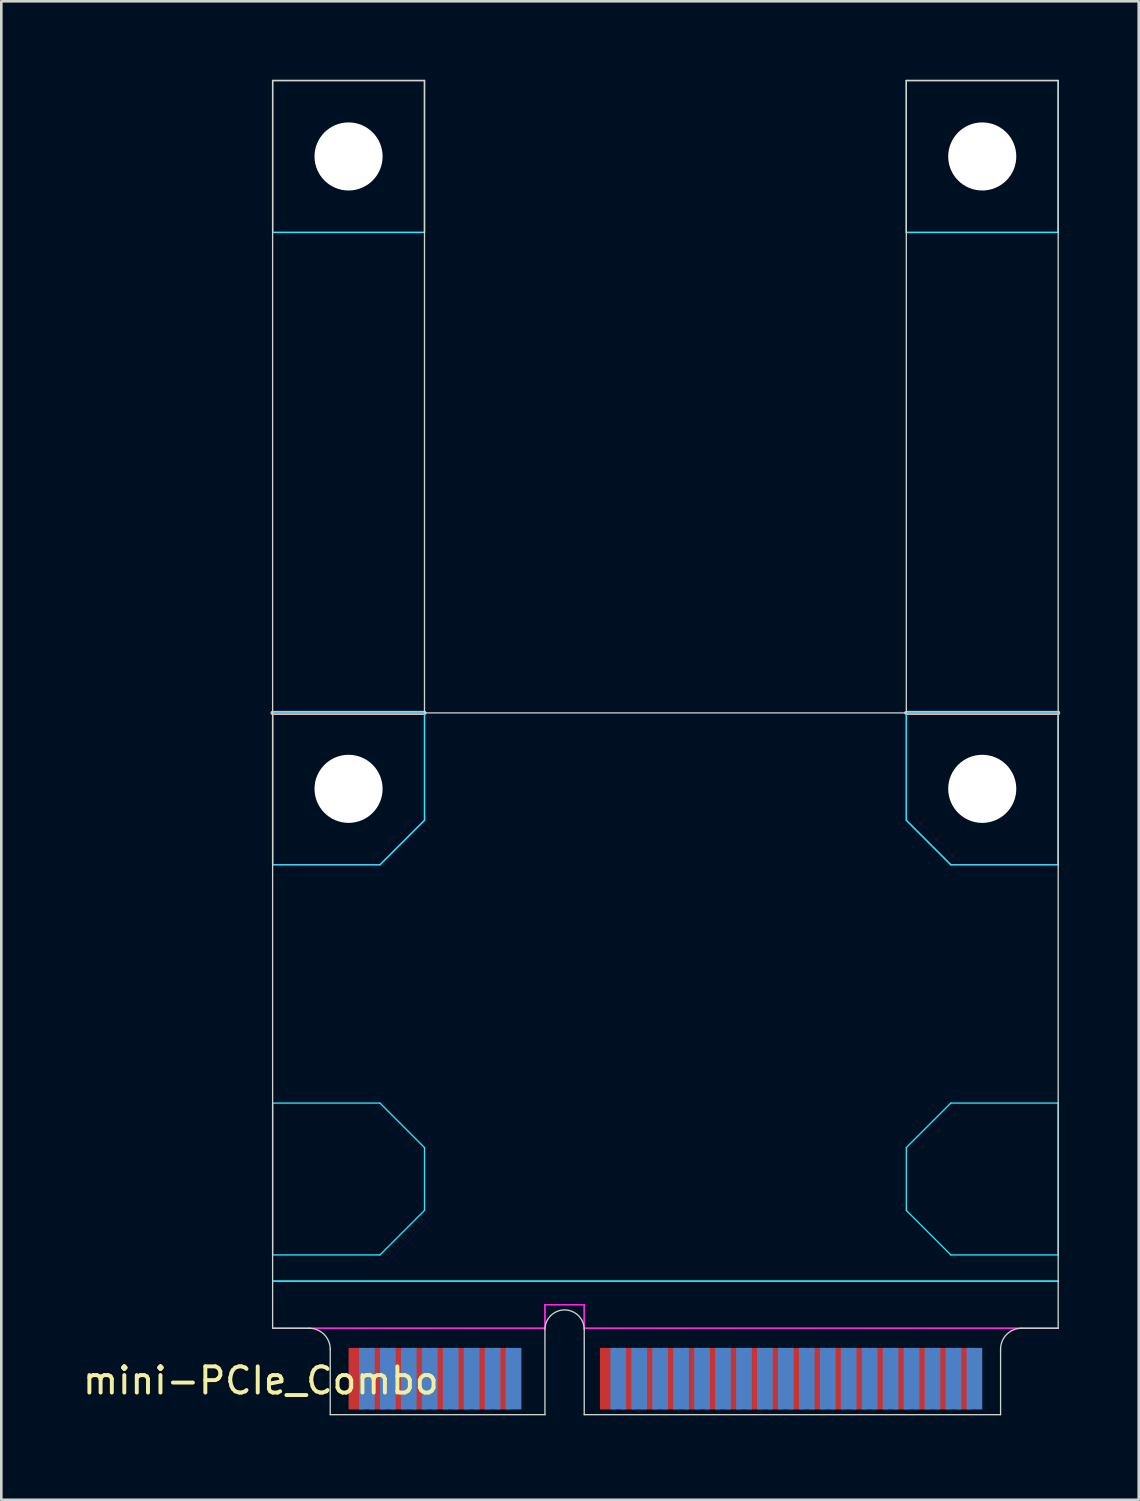
<source format=kicad_pcb>
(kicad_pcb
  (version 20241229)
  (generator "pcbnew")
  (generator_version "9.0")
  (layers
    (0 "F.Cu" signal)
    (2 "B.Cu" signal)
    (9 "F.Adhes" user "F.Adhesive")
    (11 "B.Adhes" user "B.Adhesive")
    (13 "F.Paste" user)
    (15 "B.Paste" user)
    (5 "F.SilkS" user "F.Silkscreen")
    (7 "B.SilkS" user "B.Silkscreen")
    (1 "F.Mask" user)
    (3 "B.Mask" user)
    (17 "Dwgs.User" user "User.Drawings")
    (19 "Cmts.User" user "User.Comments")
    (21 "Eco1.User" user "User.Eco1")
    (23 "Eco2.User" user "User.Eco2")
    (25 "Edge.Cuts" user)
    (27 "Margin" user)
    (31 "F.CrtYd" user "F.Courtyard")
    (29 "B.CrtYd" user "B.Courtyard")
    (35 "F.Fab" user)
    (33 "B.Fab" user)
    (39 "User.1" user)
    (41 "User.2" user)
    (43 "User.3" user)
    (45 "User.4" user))
  (footprint "mini-PCIe_Combo"
    (layer "F.Cu")
    (at 18.511 50.975)
    (property "Reference" "mini-PCIe_Combo" (at -11.6 -1.3 0) (layer "F.SilkS") (effects (font (size 1 1) (thickness 0.15))))
    (attr through_hole)
    (fp_line (start -11.15 -26.8) (end -5.35 -26.8) (stroke (width 0.15) (type solid)) (layer "F.SilkS"))
    (fp_line (start 13.05 -26.8) (end 18.85 -26.8) (stroke (width 0.15) (type solid)) (layer "F.SilkS"))
    (fp_line (start -5.35 -26.8) (end -11.15 -26.8) (stroke (width 0.15) (type solid)) (layer "B.SilkS"))
    (fp_line (start 13.05 -26.8) (end 18.85 -26.8) (stroke (width 0.15) (type solid)) (layer "B.SilkS"))
    (fp_line (start -11.15 -50.95) (end -5.35 -50.95) (stroke (width 0.05) (type solid)) (layer "Edge.Cuts"))
    (fp_line (start -11.15 -3.3) (end -11.15 -50.95) (stroke (width 0.05) (type solid)) (layer "Edge.Cuts"))
    (fp_line (start -11.15 -3.3) (end -9.75 -3.3) (stroke (width 0.05) (type solid)) (layer "Edge.Cuts"))
    (fp_line (start -8.95 0) (end -8.95 -2.5) (stroke (width 0.05) (type solid)) (layer "Edge.Cuts"))
    (fp_line (start -5.35 -26.8) (end -5.35 -50.95) (stroke (width 0.05) (type solid)) (layer "Edge.Cuts"))
    (fp_line (start -5.35 -26.8) (end 13.05 -26.8) (stroke (width 0.05) (type solid)) (layer "Edge.Cuts"))
    (fp_line (start -0.75 0) (end -8.95 0) (stroke (width 0.05) (type solid)) (layer "Edge.Cuts"))
    (fp_line (start -0.75 0) (end -0.75 -3.25) (stroke (width 0.05) (type solid)) (layer "Edge.Cuts"))
    (fp_line (start 0.75 0) (end 0.75 -3.25) (stroke (width 0.05) (type solid)) (layer "Edge.Cuts"))
    (fp_line (start 0.75 0) (end 16.65 0) (stroke (width 0.05) (type solid)) (layer "Edge.Cuts"))
    (fp_line (start 13.05 -50.95) (end 18.85 -50.95) (stroke (width 0.05) (type solid)) (layer "Edge.Cuts"))
    (fp_line (start 13.05 -26.8) (end 13.05 -50.95) (stroke (width 0.05) (type solid)) (layer "Edge.Cuts"))
    (fp_line (start 16.65 0) (end 16.65 -2.5) (stroke (width 0.05) (type solid)) (layer "Edge.Cuts"))
    (fp_line (start 17.45 -3.3) (end 18.85 -3.3) (stroke (width 0.05) (type solid)) (layer "Edge.Cuts"))
    (fp_line (start 18.85 -3.3) (end 18.85 -50.95) (stroke (width 0.05) (type solid)) (layer "Edge.Cuts"))
    (fp_arc (start -9.75 -3.3) (mid -9.184315 -3.065685) (end -8.95 -2.5) (stroke (width 0.05) (type solid)) (layer "Edge.Cuts"))
    (fp_arc (start -0.75 -3.25) (mid 0 -4) (end 0.75 -3.25) (stroke (width 0.05) (type solid)) (layer "Edge.Cuts"))
    (fp_arc (start 16.65 -2.5) (mid 16.884315 -3.065685) (end 17.45 -3.3) (stroke (width 0.05) (type solid)) (layer "Edge.Cuts"))
    (fp_line (start -11.15 -50.95) (end -5.35 -50.95) (stroke (width 0.05) (type solid)) (layer "B.CrtYd"))
    (fp_line (start -11.15 -45.15) (end -11.15 -50.95) (stroke (width 0.05) (type solid)) (layer "B.CrtYd"))
    (fp_line (start -11.15 -45.15) (end -5.35 -45.15) (stroke (width 0.05) (type solid)) (layer "B.CrtYd"))
    (fp_line (start -11.15 -21) (end -11.15 -26.8) (stroke (width 0.05) (type solid)) (layer "B.CrtYd"))
    (fp_line (start -11.15 -21) (end -7.05 -21) (stroke (width 0.05) (type solid)) (layer "B.CrtYd"))
    (fp_line (start -11.15 -11.9) (end -7.05 -11.9) (stroke (width 0.05) (type solid)) (layer "B.CrtYd"))
    (fp_line (start -11.15 -6.1) (end -11.15 -11.9) (stroke (width 0.05) (type solid)) (layer "B.CrtYd"))
    (fp_line (start -11.15 -6.1) (end -7.05 -6.1) (stroke (width 0.05) (type solid)) (layer "B.CrtYd"))
    (fp_line (start -11.15 -5.1) (end 18.85 -5.1) (stroke (width 0.05) (type solid)) (layer "B.CrtYd"))
    (fp_line (start -11.15 -5.1) (end 18.85 -5.1) (stroke (width 0.05) (type solid)) (layer "B.CrtYd"))
    (fp_line (start -7.05 -11.9) (end -5.35 -10.2) (stroke (width 0.05) (type solid)) (layer "B.CrtYd"))
    (fp_line (start -7.05 -6.1) (end -5.35 -7.8) (stroke (width 0.05) (type solid)) (layer "B.CrtYd"))
    (fp_line (start -5.35 -45.15) (end -5.35 -50.95) (stroke (width 0.05) (type solid)) (layer "B.CrtYd"))
    (fp_line (start -5.35 -26.8) (end -11.15 -26.8) (stroke (width 0.05) (type solid)) (layer "B.CrtYd"))
    (fp_line (start -5.35 -22.7) (end -7.05 -21) (stroke (width 0.05) (type solid)) (layer "B.CrtYd"))
    (fp_line (start -5.35 -22.7) (end -5.35 -26.8) (stroke (width 0.05) (type solid)) (layer "B.CrtYd"))
    (fp_line (start -5.35 -10.2) (end -5.35 -7.8) (stroke (width 0.05) (type solid)) (layer "B.CrtYd"))
    (fp_line (start 13.05 -50.95) (end 18.85 -50.95) (stroke (width 0.05) (type solid)) (layer "B.CrtYd"))
    (fp_line (start 13.05 -45.15) (end 13.05 -50.95) (stroke (width 0.05) (type solid)) (layer "B.CrtYd"))
    (fp_line (start 13.05 -45.15) (end 18.85 -45.15) (stroke (width 0.05) (type solid)) (layer "B.CrtYd"))
    (fp_line (start 13.05 -26.8) (end 18.85 -26.8) (stroke (width 0.05) (type solid)) (layer "B.CrtYd"))
    (fp_line (start 13.05 -22.7) (end 13.05 -26.8) (stroke (width 0.05) (type solid)) (layer "B.CrtYd"))
    (fp_line (start 13.05 -22.7) (end 14.75 -21) (stroke (width 0.05) (type solid)) (layer "B.CrtYd"))
    (fp_line (start 13.05 -10.2) (end 13.05 -7.8) (stroke (width 0.05) (type solid)) (layer "B.CrtYd"))
    (fp_line (start 13.05 -10.2) (end 14.75 -11.9) (stroke (width 0.05) (type solid)) (layer "B.CrtYd"))
    (fp_line (start 13.05 -7.8) (end 14.75 -6.1) (stroke (width 0.05) (type solid)) (layer "B.CrtYd"))
    (fp_line (start 14.75 -21) (end 18.85 -21) (stroke (width 0.05) (type solid)) (layer "B.CrtYd"))
    (fp_line (start 18.85 -45.15) (end 18.85 -50.95) (stroke (width 0.05) (type solid)) (layer "B.CrtYd"))
    (fp_line (start 18.85 -21) (end 18.85 -26.8) (stroke (width 0.05) (type solid)) (layer "B.CrtYd"))
    (fp_line (start 18.85 -11.9) (end 14.75 -11.9) (stroke (width 0.05) (type solid)) (layer "B.CrtYd"))
    (fp_line (start 18.85 -6.1) (end 14.75 -6.1) (stroke (width 0.05) (type solid)) (layer "B.CrtYd"))
    (fp_line (start 18.85 -6.1) (end 18.85 -11.9) (stroke (width 0.05) (type solid)) (layer "B.CrtYd"))
    (fp_line (start -11.15 -50.95) (end -5.35 -50.95) (stroke (width 0.05) (type solid)) (layer "F.CrtYd"))
    (fp_line (start -11.15 -45.15) (end -11.15 -50.95) (stroke (width 0.05) (type solid)) (layer "F.CrtYd"))
    (fp_line (start -11.15 -45.15) (end -5.35 -45.15) (stroke (width 0.05) (type solid)) (layer "F.CrtYd"))
    (fp_line (start -11.15 -21) (end -11.15 -26.8) (stroke (width 0.05) (type solid)) (layer "F.CrtYd"))
    (fp_line (start -11.15 -21) (end -7.05 -21) (stroke (width 0.05) (type solid)) (layer "F.CrtYd"))
    (fp_line (start -11.15 -3.3) (end -0.75 -3.3) (stroke (width 0.05) (type solid)) (layer "F.CrtYd"))
    (fp_line (start -11.15 -3.3) (end -0.75 -3.3) (stroke (width 0.05) (type solid)) (layer "F.CrtYd"))
    (fp_line (start -5.35 -45.15) (end -5.35 -50.95) (stroke (width 0.05) (type solid)) (layer "F.CrtYd"))
    (fp_line (start -5.35 -26.8) (end -11.15 -26.8) (stroke (width 0.05) (type solid)) (layer "F.CrtYd"))
    (fp_line (start -5.35 -22.7) (end -7.05 -21) (stroke (width 0.05) (type solid)) (layer "F.CrtYd"))
    (fp_line (start -5.35 -22.7) (end -5.35 -26.8) (stroke (width 0.05) (type solid)) (layer "F.CrtYd"))
    (fp_line (start -0.75 -4.2) (end 0.75 -4.2) (stroke (width 0.05) (type solid)) (layer "F.CrtYd"))
    (fp_line (start -0.75 -4.2) (end 0.75 -4.2) (stroke (width 0.05) (type solid)) (layer "F.CrtYd"))
    (fp_line (start -0.75 -3.3) (end -0.75 -4.2) (stroke (width 0.05) (type solid)) (layer "F.CrtYd"))
    (fp_line (start -0.75 -3.3) (end -0.75 -4.2) (stroke (width 0.05) (type solid)) (layer "F.CrtYd"))
    (fp_line (start 0.75 -3.3) (end 0.75 -4.2) (stroke (width 0.05) (type solid)) (layer "F.CrtYd"))
    (fp_line (start 0.75 -3.3) (end 0.75 -4.2) (stroke (width 0.05) (type solid)) (layer "F.CrtYd"))
    (fp_line (start 0.75 -3.3) (end 18.85 -3.3) (stroke (width 0.05) (type solid)) (layer "F.CrtYd"))
    (fp_line (start 0.75 -3.3) (end 18.85 -3.3) (stroke (width 0.05) (type solid)) (layer "F.CrtYd"))
    (fp_line (start 13.05 -50.95) (end 18.85 -50.95) (stroke (width 0.05) (type solid)) (layer "F.CrtYd"))
    (fp_line (start 13.05 -45.15) (end 13.05 -50.95) (stroke (width 0.05) (type solid)) (layer "F.CrtYd"))
    (fp_line (start 13.05 -45.15) (end 18.85 -45.15) (stroke (width 0.05) (type solid)) (layer "F.CrtYd"))
    (fp_line (start 13.05 -26.8) (end 18.85 -26.8) (stroke (width 0.05) (type solid)) (layer "F.CrtYd"))
    (fp_line (start 13.05 -22.7) (end 13.05 -26.8) (stroke (width 0.05) (type solid)) (layer "F.CrtYd"))
    (fp_line (start 13.05 -22.7) (end 14.75 -21) (stroke (width 0.05) (type solid)) (layer "F.CrtYd"))
    (fp_line (start 14.75 -21) (end 18.85 -21) (stroke (width 0.05) (type solid)) (layer "F.CrtYd"))
    (fp_line (start 18.85 -45.15) (end 18.85 -50.95) (stroke (width 0.05) (type solid)) (layer "F.CrtYd"))
    (fp_line (start 18.85 -21) (end 18.85 -26.8) (stroke (width 0.05) (type solid)) (layer "F.CrtYd"))
    (pad "" np_thru_hole circle (at -8.25 -48.05) (size 2.6 2.6) (drill 2.6) (layers "*.Cu"))
    (pad "" np_thru_hole circle (at -8.25 -23.9) (size 2.6 2.6) (drill 2.6) (layers "*.Cu"))
    (pad "" np_thru_hole circle (at 15.95 -48.05) (size 2.6 2.6) (drill 2.6) (layers "*.Cu"))
    (pad "" np_thru_hole circle (at 15.95 -23.9) (size 2.6 2.6) (drill 2.6) (layers "*.Cu"))
    (pad "1" smd rect (at -7.95 -1.375) (size 0.6 2.35) (layers "F.Cu" "F.Mask"))
    (pad "2" smd rect (at -7.55 -1.375) (size 0.6 2.35) (layers "B.Cu" "B.Mask"))
    (pad "3" smd rect (at -7.15 -1.375) (size 0.6 2.35) (layers "F.Cu" "F.Mask"))
    (pad "4" smd rect (at -6.75 -1.375) (size 0.6 2.35) (layers "B.Cu" "B.Mask"))
    (pad "5" smd rect (at -6.35 -1.375) (size 0.6 2.35) (layers "F.Cu" "F.Mask"))
    (pad "6" smd rect (at -5.95 -1.375) (size 0.6 2.35) (layers "B.Cu" "B.Mask"))
    (pad "7" smd rect (at -5.55 -1.375) (size 0.6 2.35) (layers "F.Cu" "F.Mask"))
    (pad "8" smd rect (at -5.15 -1.375) (size 0.6 2.35) (layers "B.Cu" "B.Mask"))
    (pad "9" smd rect (at -4.75 -1.375) (size 0.6 2.35) (layers "F.Cu" "F.Mask"))
    (pad "10" smd rect (at -4.35 -1.375) (size 0.6 2.35) (layers "B.Cu" "B.Mask"))
    (pad "11" smd rect (at -3.95 -1.375) (size 0.6 2.35) (layers "F.Cu" "F.Mask"))
    (pad "12" smd rect (at -3.55 -1.375) (size 0.6 2.35) (layers "B.Cu" "B.Mask"))
    (pad "13" smd rect (at -3.15 -1.375) (size 0.6 2.35) (layers "F.Cu" "F.Mask"))
    (pad "14" smd rect (at -2.75 -1.375) (size 0.6 2.35) (layers "B.Cu" "B.Mask"))
    (pad "15" smd rect (at -2.35 -1.375) (size 0.6 2.35) (layers "F.Cu" "F.Mask"))
    (pad "16" smd rect (at -1.95 -1.375) (size 0.6 2.35) (layers "B.Cu" "B.Mask"))
    (pad "17" smd rect (at 1.65 -1.375) (size 0.6 2.35) (layers "F.Cu" "F.Mask"))
    (pad "18" smd rect (at 2.05 -1.375) (size 0.6 2.35) (layers "B.Cu" "B.Mask"))
    (pad "19" smd rect (at 2.45 -1.375) (size 0.6 2.35) (layers "F.Cu" "F.Mask"))
    (pad "20" smd rect (at 2.85 -1.375) (size 0.6 2.35) (layers "B.Cu" "B.Mask"))
    (pad "21" smd rect (at 3.25 -1.375) (size 0.6 2.35) (layers "F.Cu" "F.Mask"))
    (pad "22" smd rect (at 3.65 -1.375) (size 0.6 2.35) (layers "B.Cu" "B.Mask"))
    (pad "23" smd rect (at 4.05 -1.375) (size 0.6 2.35) (layers "F.Cu" "F.Mask"))
    (pad "24" smd rect (at 4.45 -1.375) (size 0.6 2.35) (layers "B.Cu" "B.Mask"))
    (pad "25" smd rect (at 4.85 -1.375) (size 0.6 2.35) (layers "F.Cu" "F.Mask"))
    (pad "26" smd rect (at 5.25 -1.375) (size 0.6 2.35) (layers "B.Cu" "B.Mask"))
    (pad "27" smd rect (at 5.65 -1.375) (size 0.6 2.35) (layers "F.Cu" "F.Mask"))
    (pad "28" smd rect (at 6.05 -1.375) (size 0.6 2.35) (layers "B.Cu" "B.Mask"))
    (pad "29" smd rect (at 6.45 -1.375) (size 0.6 2.35) (layers "F.Cu" "F.Mask"))
    (pad "30" smd rect (at 6.85 -1.375) (size 0.6 2.35) (layers "B.Cu" "B.Mask"))
    (pad "31" smd rect (at 7.25 -1.375) (size 0.6 2.35) (layers "F.Cu" "F.Mask"))
    (pad "32" smd rect (at 7.65 -1.375) (size 0.6 2.35) (layers "B.Cu" "B.Mask"))
    (pad "33" smd rect (at 8.05 -1.375) (size 0.6 2.35) (layers "F.Cu" "F.Mask"))
    (pad "34" smd rect (at 8.45 -1.375) (size 0.6 2.35) (layers "B.Cu" "B.Mask"))
    (pad "35" smd rect (at 8.85 -1.375) (size 0.6 2.35) (layers "F.Cu" "F.Mask"))
    (pad "36" smd rect (at 9.25 -1.375) (size 0.6 2.35) (layers "B.Cu" "B.Mask"))
    (pad "37" smd rect (at 9.65 -1.375) (size 0.6 2.35) (layers "F.Cu" "F.Mask"))
    (pad "38" smd rect (at 10.05 -1.375) (size 0.6 2.35) (layers "B.Cu" "B.Mask"))
    (pad "39" smd rect (at 10.45 -1.375) (size 0.6 2.35) (layers "F.Cu" "F.Mask"))
    (pad "40" smd rect (at 10.85 -1.375) (size 0.6 2.35) (layers "B.Cu" "B.Mask"))
    (pad "41" smd rect (at 11.25 -1.375) (size 0.6 2.35) (layers "F.Cu" "F.Mask"))
    (pad "42" smd rect (at 11.65 -1.375) (size 0.6 2.35) (layers "B.Cu" "B.Mask"))
    (pad "43" smd rect (at 12.05 -1.375) (size 0.6 2.35) (layers "F.Cu" "F.Mask"))
    (pad "44" smd rect (at 12.45 -1.375) (size 0.6 2.35) (layers "B.Cu" "B.Mask"))
    (pad "45" smd rect (at 12.85 -1.375) (size 0.6 2.35) (layers "F.Cu" "F.Mask"))
    (pad "46" smd rect (at 13.25 -1.375) (size 0.6 2.35) (layers "B.Cu" "B.Mask"))
    (pad "47" smd rect (at 13.65 -1.375) (size 0.6 2.35) (layers "F.Cu" "F.Mask"))
    (pad "48" smd rect (at 14.05 -1.375) (size 0.6 2.35) (layers "B.Cu" "B.Mask"))
    (pad "49" smd rect (at 14.45 -1.375) (size 0.6 2.35) (layers "F.Cu" "F.Mask"))
    (pad "50" smd rect (at 14.85 -1.375) (size 0.6 2.35) (layers "B.Cu" "B.Mask"))
    (pad "51" smd rect (at 15.25 -1.375) (size 0.6 2.35) (layers "F.Cu" "F.Mask"))
    (pad "52" smd rect (at 15.65 -1.375) (size 0.6 2.35) (layers "B.Cu" "B.Mask")))
  (gr_rect
    (start -3 -3)
    (end 40.436 54.225)
    (stroke (width 0.1) (type default))
    (fill no)
    (layer "Edge.Cuts")))
</source>
